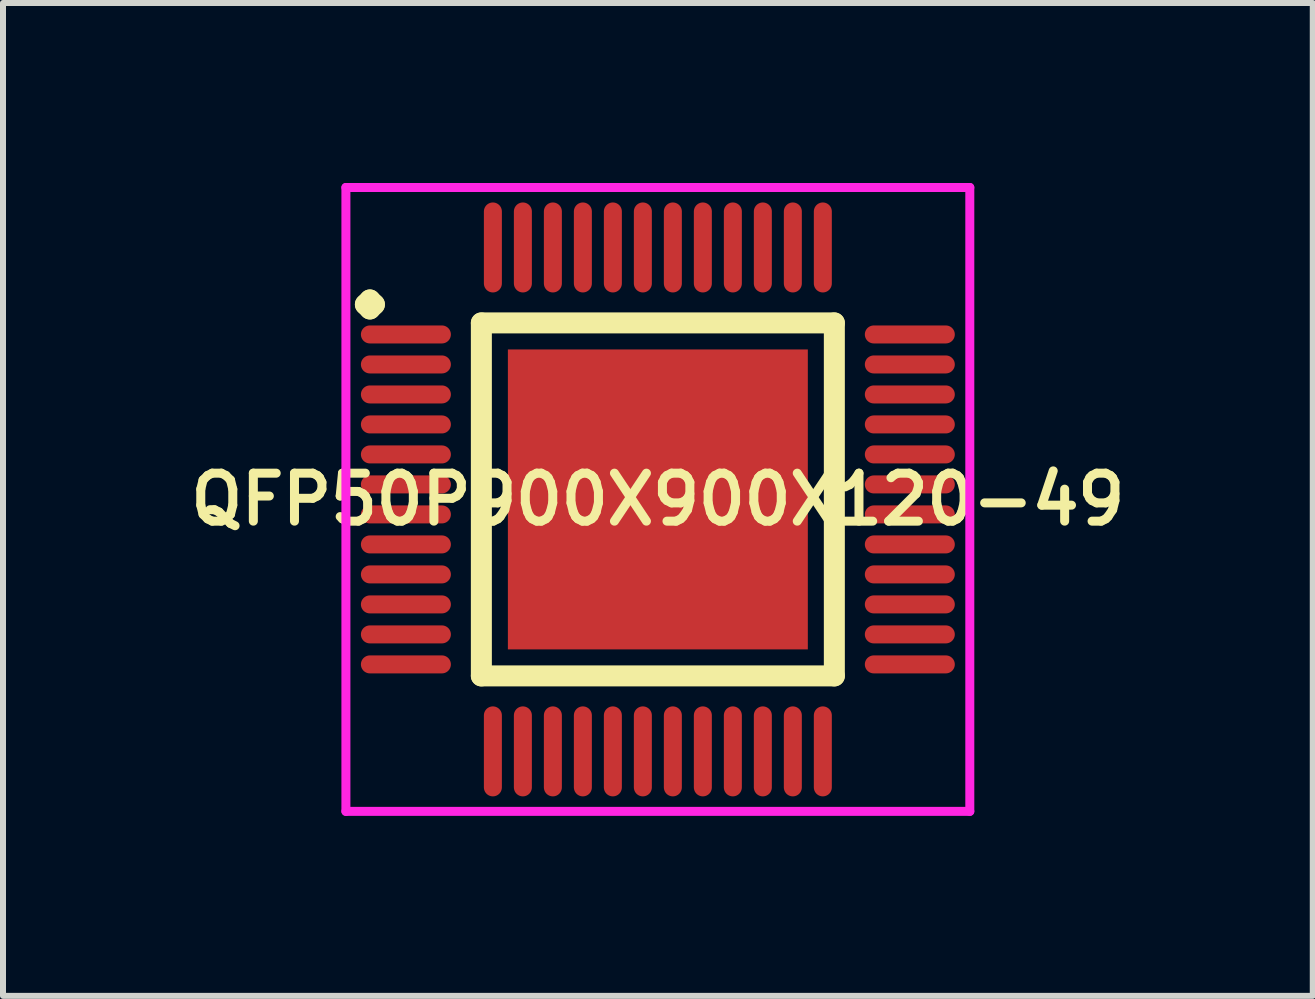
<source format=kicad_pcb>
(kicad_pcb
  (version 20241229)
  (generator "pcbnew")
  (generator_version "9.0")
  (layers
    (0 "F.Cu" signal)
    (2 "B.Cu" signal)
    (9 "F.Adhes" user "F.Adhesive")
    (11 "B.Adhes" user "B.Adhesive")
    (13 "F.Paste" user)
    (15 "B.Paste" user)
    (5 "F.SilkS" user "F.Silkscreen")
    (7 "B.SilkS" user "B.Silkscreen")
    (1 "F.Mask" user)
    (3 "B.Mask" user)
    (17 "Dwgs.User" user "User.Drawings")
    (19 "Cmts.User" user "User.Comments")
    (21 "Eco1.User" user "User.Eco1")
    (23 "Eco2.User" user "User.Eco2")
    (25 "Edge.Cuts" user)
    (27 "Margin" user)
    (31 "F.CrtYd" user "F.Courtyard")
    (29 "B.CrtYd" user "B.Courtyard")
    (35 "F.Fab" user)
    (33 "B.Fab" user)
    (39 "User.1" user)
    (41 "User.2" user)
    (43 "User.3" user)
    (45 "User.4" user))
  (footprint "QFP50P900X900X120-49"
    (layer "F.Cu")
    (at 7.916 5.275)
    (property "Reference" "QFP50P900X900X120-49" (at 0 0 0) (layer "F.SilkS") (effects (font (size 0.8 0.8) (thickness 0.15))))
    (attr smd)
    (fp_line (start -4.875 -3.25) (end -4.8 -3.325) (stroke (width 0.35) (type solid)) (layer "F.SilkS"))
    (fp_line (start -4.8 -3.325) (end -4.725 -3.25) (stroke (width 0.35) (type solid)) (layer "F.SilkS"))
    (fp_line (start -4.8 -3.175) (end -4.875 -3.25) (stroke (width 0.35) (type solid)) (layer "F.SilkS"))
    (fp_line (start -4.725 -3.25) (end -4.8 -3.175) (stroke (width 0.35) (type solid)) (layer "F.SilkS"))
    (fp_line (start -2.942 -2.942) (end -2.942 2.942) (stroke (width 0.35) (type solid)) (layer "F.SilkS"))
    (fp_line (start -2.942 2.942) (end 2.942 2.942) (stroke (width 0.35) (type solid)) (layer "F.SilkS"))
    (fp_line (start 2.942 -2.942) (end -2.942 -2.942) (stroke (width 0.35) (type solid)) (layer "F.SilkS"))
    (fp_line (start 2.942 2.942) (end 2.942 -2.942) (stroke (width 0.35) (type solid)) (layer "F.SilkS"))
    (fp_line (start -5.2 -5.2) (end 5.2 -5.2) (stroke (width 0.15) (type solid)) (layer "F.CrtYd"))
    (fp_line (start -5.2 5.2) (end -5.2 -5.2) (stroke (width 0.15) (type solid)) (layer "F.CrtYd"))
    (fp_line (start 5.2 -5.2) (end 5.2 5.2) (stroke (width 0.15) (type solid)) (layer "F.CrtYd"))
    (fp_line (start 5.2 5.2) (end -5.2 5.2) (stroke (width 0.15) (type solid)) (layer "F.CrtYd"))
    (pad "1" smd oval (at -4.2 -2.75) (size 1.5 0.3) (layers "F.Cu" "F.Mask" "F.Paste"))
    (pad "2" smd oval (at -4.2 -2.25) (size 1.5 0.3) (layers "F.Cu" "F.Mask" "F.Paste"))
    (pad "3" smd oval (at -4.2 -1.75) (size 1.5 0.3) (layers "F.Cu" "F.Mask" "F.Paste"))
    (pad "4" smd oval (at -4.2 -1.25) (size 1.5 0.3) (layers "F.Cu" "F.Mask" "F.Paste"))
    (pad "5" smd oval (at -4.2 -0.75) (size 1.5 0.3) (layers "F.Cu" "F.Mask" "F.Paste"))
    (pad "6" smd oval (at -4.2 -0.25) (size 1.5 0.3) (layers "F.Cu" "F.Mask" "F.Paste"))
    (pad "7" smd oval (at -4.2 0.25) (size 1.5 0.3) (layers "F.Cu" "F.Mask" "F.Paste"))
    (pad "8" smd oval (at -4.2 0.75) (size 1.5 0.3) (layers "F.Cu" "F.Mask" "F.Paste"))
    (pad "9" smd oval (at -4.2 1.25) (size 1.5 0.3) (layers "F.Cu" "F.Mask" "F.Paste"))
    (pad "10" smd oval (at -4.2 1.75) (size 1.5 0.3) (layers "F.Cu" "F.Mask" "F.Paste"))
    (pad "11" smd oval (at -4.2 2.25) (size 1.5 0.3) (layers "F.Cu" "F.Mask" "F.Paste"))
    (pad "12" smd oval (at -4.2 2.75) (size 1.5 0.3) (layers "F.Cu" "F.Mask" "F.Paste"))
    (pad "13" smd oval (at -2.75 4.2) (size 0.3 1.5) (layers "F.Cu" "F.Mask" "F.Paste"))
    (pad "14" smd oval (at -2.25 4.2) (size 0.3 1.5) (layers "F.Cu" "F.Mask" "F.Paste"))
    (pad "15" smd oval (at -1.75 4.2) (size 0.3 1.5) (layers "F.Cu" "F.Mask" "F.Paste"))
    (pad "16" smd oval (at -1.25 4.2) (size 0.3 1.5) (layers "F.Cu" "F.Mask" "F.Paste"))
    (pad "17" smd oval (at -0.75 4.2) (size 0.3 1.5) (layers "F.Cu" "F.Mask" "F.Paste"))
    (pad "18" smd oval (at -0.25 4.2) (size 0.3 1.5) (layers "F.Cu" "F.Mask" "F.Paste"))
    (pad "19" smd oval (at 0.25 4.2) (size 0.3 1.5) (layers "F.Cu" "F.Mask" "F.Paste"))
    (pad "20" smd oval (at 0.75 4.2) (size 0.3 1.5) (layers "F.Cu" "F.Mask" "F.Paste"))
    (pad "21" smd oval (at 1.25 4.2) (size 0.3 1.5) (layers "F.Cu" "F.Mask" "F.Paste"))
    (pad "22" smd oval (at 1.75 4.2) (size 0.3 1.5) (layers "F.Cu" "F.Mask" "F.Paste"))
    (pad "23" smd oval (at 2.25 4.2) (size 0.3 1.5) (layers "F.Cu" "F.Mask" "F.Paste"))
    (pad "24" smd oval (at 2.75 4.2) (size 0.3 1.5) (layers "F.Cu" "F.Mask" "F.Paste"))
    (pad "25" smd oval (at 4.2 2.75) (size 1.5 0.3) (layers "F.Cu" "F.Mask" "F.Paste"))
    (pad "26" smd oval (at 4.2 2.25) (size 1.5 0.3) (layers "F.Cu" "F.Mask" "F.Paste"))
    (pad "27" smd oval (at 4.2 1.75) (size 1.5 0.3) (layers "F.Cu" "F.Mask" "F.Paste"))
    (pad "28" smd oval (at 4.2 1.25) (size 1.5 0.3) (layers "F.Cu" "F.Mask" "F.Paste"))
    (pad "29" smd oval (at 4.2 0.75) (size 1.5 0.3) (layers "F.Cu" "F.Mask" "F.Paste"))
    (pad "30" smd oval (at 4.2 0.25) (size 1.5 0.3) (layers "F.Cu" "F.Mask" "F.Paste"))
    (pad "31" smd oval (at 4.2 -0.25) (size 1.5 0.3) (layers "F.Cu" "F.Mask" "F.Paste"))
    (pad "32" smd oval (at 4.2 -0.75) (size 1.5 0.3) (layers "F.Cu" "F.Mask" "F.Paste"))
    (pad "33" smd oval (at 4.2 -1.25) (size 1.5 0.3) (layers "F.Cu" "F.Mask" "F.Paste"))
    (pad "34" smd oval (at 4.2 -1.75) (size 1.5 0.3) (layers "F.Cu" "F.Mask" "F.Paste"))
    (pad "35" smd oval (at 4.2 -2.25) (size 1.5 0.3) (layers "F.Cu" "F.Mask" "F.Paste"))
    (pad "36" smd oval (at 4.2 -2.75) (size 1.5 0.3) (layers "F.Cu" "F.Mask" "F.Paste"))
    (pad "37" smd oval (at 2.75 -4.2) (size 0.3 1.5) (layers "F.Cu" "F.Mask" "F.Paste"))
    (pad "38" smd oval (at 2.25 -4.2) (size 0.3 1.5) (layers "F.Cu" "F.Mask" "F.Paste"))
    (pad "39" smd oval (at 1.75 -4.2) (size 0.3 1.5) (layers "F.Cu" "F.Mask" "F.Paste"))
    (pad "40" smd oval (at 1.25 -4.2) (size 0.3 1.5) (layers "F.Cu" "F.Mask" "F.Paste"))
    (pad "41" smd oval (at 0.75 -4.2) (size 0.3 1.5) (layers "F.Cu" "F.Mask" "F.Paste"))
    (pad "42" smd oval (at 0.25 -4.2) (size 0.3 1.5) (layers "F.Cu" "F.Mask" "F.Paste"))
    (pad "43" smd oval (at -0.25 -4.2) (size 0.3 1.5) (layers "F.Cu" "F.Mask" "F.Paste"))
    (pad "44" smd oval (at -0.75 -4.2) (size 0.3 1.5) (layers "F.Cu" "F.Mask" "F.Paste"))
    (pad "45" smd oval (at -1.25 -4.2) (size 0.3 1.5) (layers "F.Cu" "F.Mask" "F.Paste"))
    (pad "46" smd oval (at -1.75 -4.2) (size 0.3 1.5) (layers "F.Cu" "F.Mask" "F.Paste"))
    (pad "47" smd oval (at -2.25 -4.2) (size 0.3 1.5) (layers "F.Cu" "F.Mask" "F.Paste"))
    (pad "48" smd oval (at -2.75 -4.2) (size 0.3 1.5) (layers "F.Cu" "F.Mask" "F.Paste"))
    (pad "49" smd rect (at 0 0) (size 5 5) (layers "F.Cu" "F.Mask" "F.Paste")))
  (gr_rect
    (start -3 -3)
    (end 18.833 13.55)
    (stroke (width 0.1) (type default))
    (fill no)
    (layer "Edge.Cuts")))
</source>
